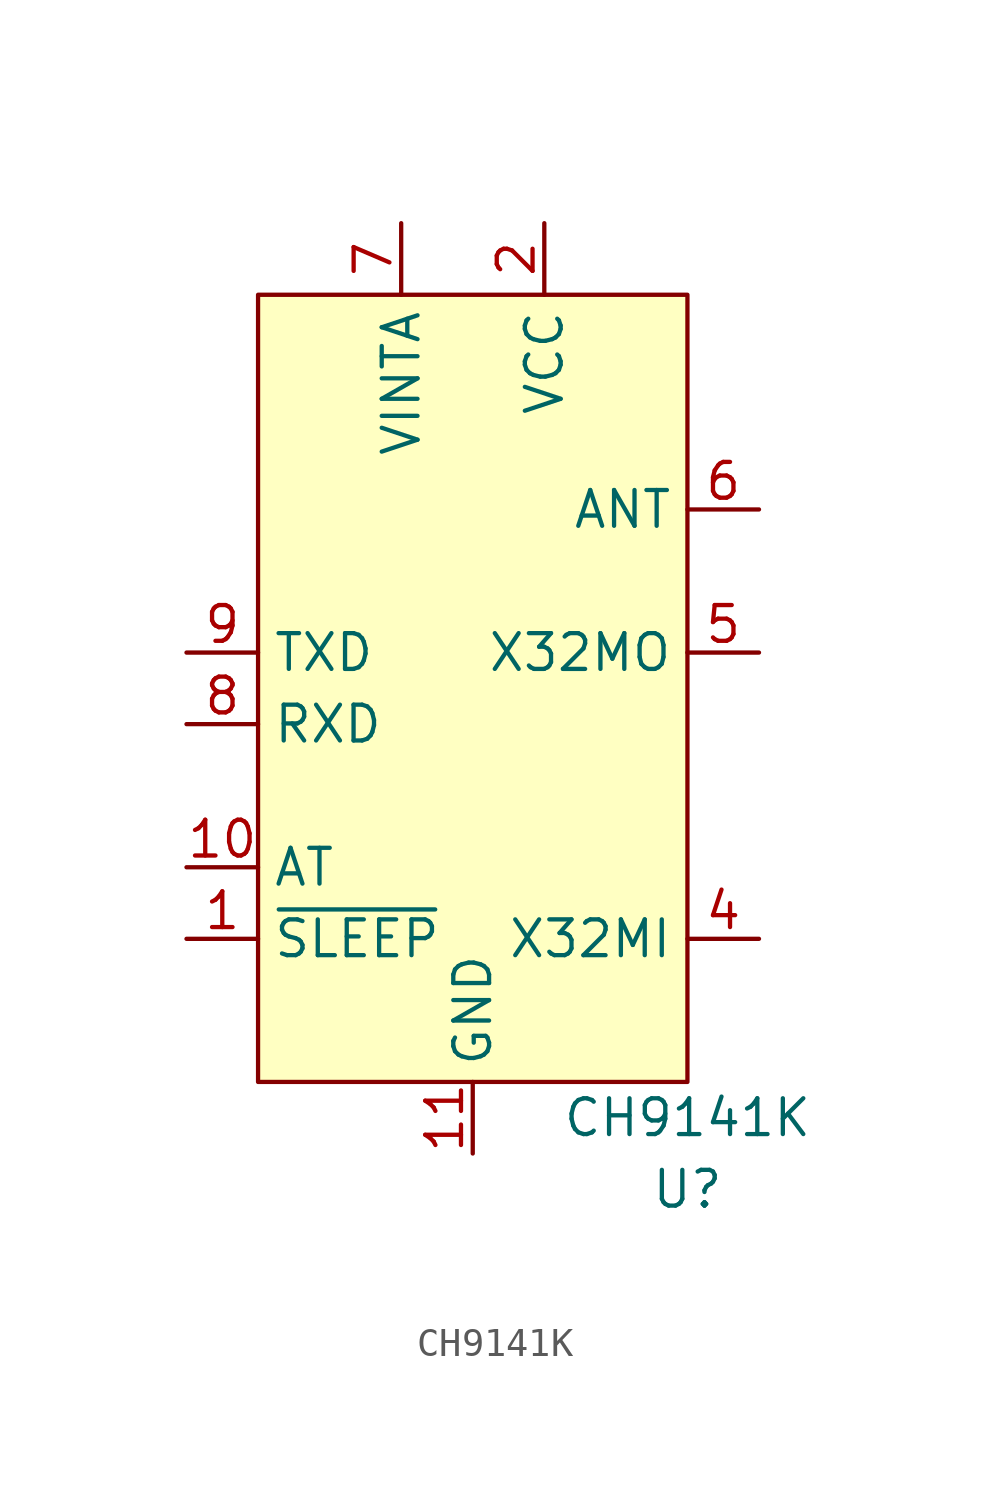
<source format=kicad_sym>
(kicad_symbol_lib
  (version 20211014)
  (generator kicad_symbol_editor)
  (symbol "CH9141K"
    (property "Reference" "U"
      (at 7.62 -17.78 0)
      (effects (font (size 1.27 1.27))))
    (property "Value" "CH9141K"
      (at 7.62 -15.24 0)
      (effects (font (size 1.27 1.27))))
    (symbol "CH9141K_0_1"
      (rectangle (start -7.62 13.97) (end 7.62 -13.97) (stroke (width 0.152) (type default) (color 0 0 0 0)) (fill (type background))))
    (symbol "CH9141K_1_1"
      (pin power_in line (at -10.16 -8.89 0) (length 2.54) (name "~{SLEEP}" (effects (font (size 1.27 1.27)))) (number "1" (effects (font (size 1.27 1.27)))))
      (pin input line (at -10.16 -6.35 0) (length 2.54) (name "AT" (effects (font (size 1.27 1.27)))) (number "10" (effects (font (size 1.27 1.27)))))
      (pin passive line (at 0 -16.51 90) (length 2.54) (name "GND" (effects (font (size 1.27 1.27)))) (number "11" (effects (font (size 1.27 1.27)))))
      (pin power_in line (at 2.54 16.51 270) (length 2.54) (name "VCC" (effects (font (size 1.27 1.27)))) (number "2" (effects (font (size 1.27 1.27)))))
      (pin passive line (at 0 -16.51 90) (length 2.54) hide (name "GND" (effects (font (size 1.27 1.27)))) (number "3" (effects (font (size 1.27 1.27)))))
      (pin input line (at 10.16 -8.89 180) (length 2.54) (name "X32MI" (effects (font (size 1.27 1.27)))) (number "4" (effects (font (size 1.27 1.27)))))
      (pin output line (at 10.16 1.27 180) (length 2.54) (name "X32MO" (effects (font (size 1.27 1.27)))) (number "5" (effects (font (size 1.27 1.27)))))
      (pin output line (at 10.16 6.35 180) (length 2.54) (name "ANT" (effects (font (size 1.27 1.27)))) (number "6" (effects (font (size 1.27 1.27)))))
      (pin power_out line (at -2.54 16.51 270) (length 2.54) (name "VINTA" (effects (font (size 1.27 1.27)))) (number "7" (effects (font (size 1.27 1.27)))))
      (pin input line (at -10.16 -1.27 0) (length 2.54) (name "RXD" (effects (font (size 1.27 1.27)))) (number "8" (effects (font (size 1.27 1.27)))))
      (pin output line (at -10.16 1.27 0) (length 2.54) (name "TXD" (effects (font (size 1.27 1.27)))) (number "9" (effects (font (size 1.27 1.27))))))))
</source>
